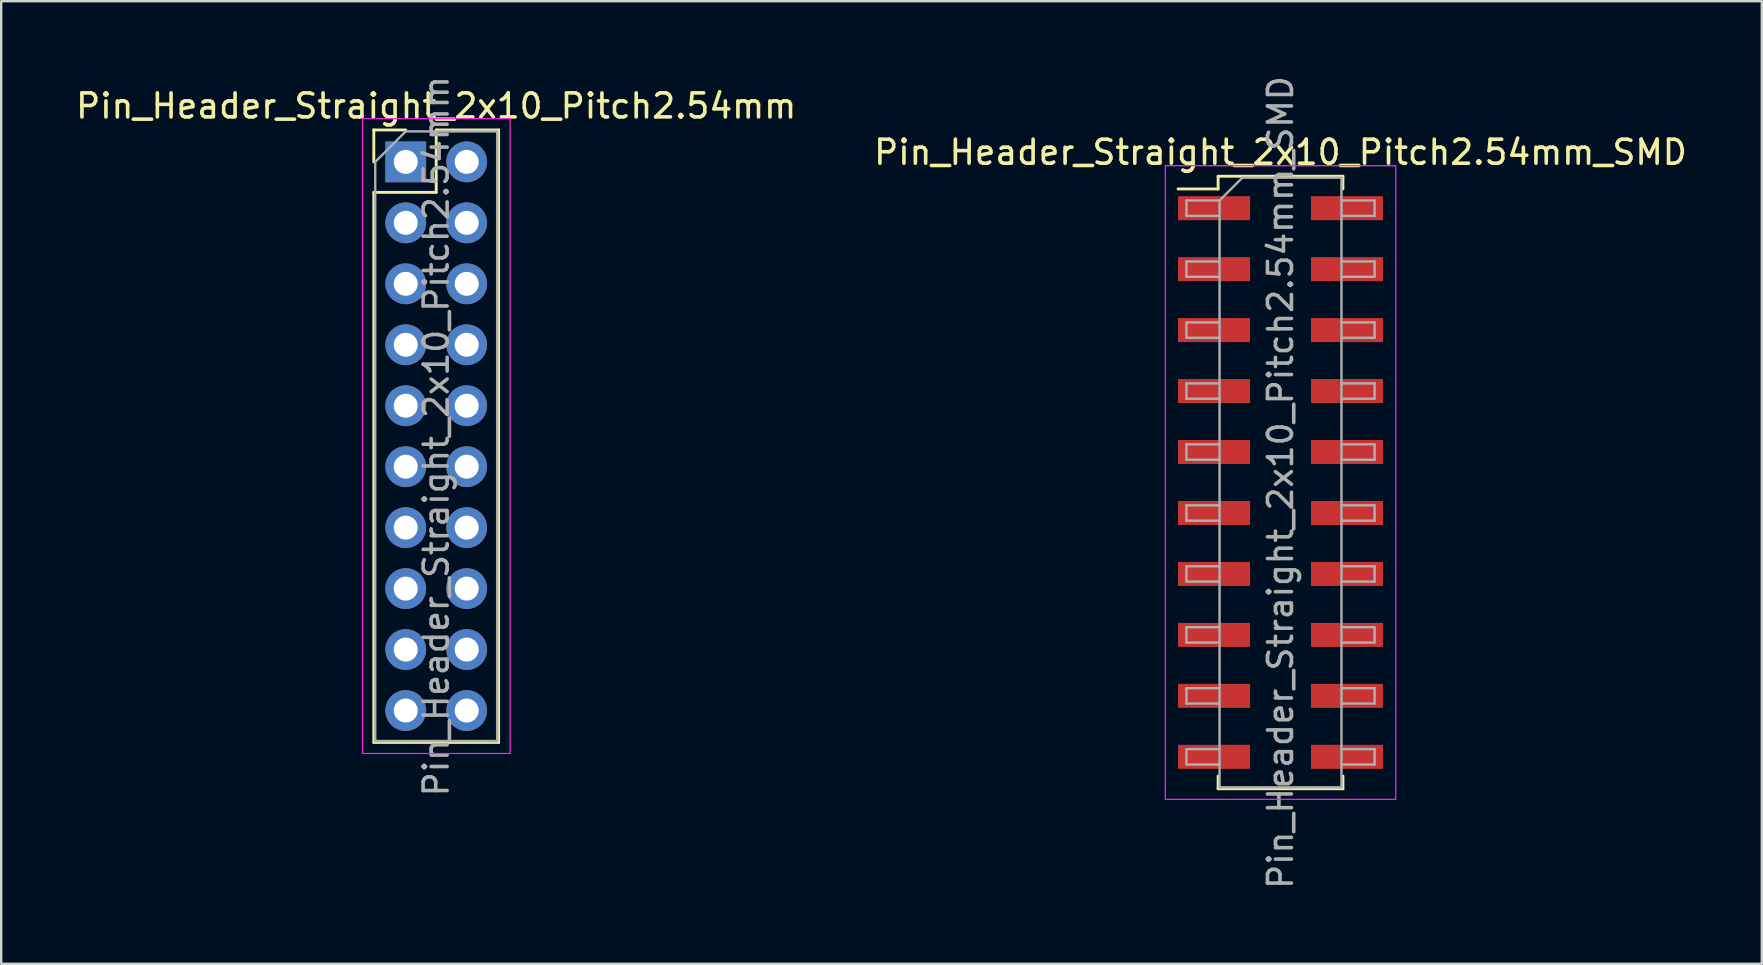
<source format=kicad_pcb>
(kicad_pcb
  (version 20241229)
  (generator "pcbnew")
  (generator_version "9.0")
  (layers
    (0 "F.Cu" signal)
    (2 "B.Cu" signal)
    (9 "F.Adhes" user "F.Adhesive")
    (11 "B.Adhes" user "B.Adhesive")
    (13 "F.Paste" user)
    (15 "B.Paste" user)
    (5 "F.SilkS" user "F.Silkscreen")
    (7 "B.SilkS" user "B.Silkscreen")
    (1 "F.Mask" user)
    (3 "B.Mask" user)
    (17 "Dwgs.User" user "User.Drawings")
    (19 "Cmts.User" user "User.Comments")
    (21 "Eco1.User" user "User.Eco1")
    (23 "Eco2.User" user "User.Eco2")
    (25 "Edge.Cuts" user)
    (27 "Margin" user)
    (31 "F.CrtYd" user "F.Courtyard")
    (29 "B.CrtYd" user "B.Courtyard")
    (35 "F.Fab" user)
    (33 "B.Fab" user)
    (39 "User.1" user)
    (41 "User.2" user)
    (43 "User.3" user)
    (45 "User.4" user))
  (footprint "Pin_Header_Straight_2x10_Pitch2.54mm_SMD"
    (layer "F.Cu")
    (at 50.304 17.054)
    (property "Reference" "Pin_Header_Straight_2x10_Pitch2.54mm_SMD" (at 0 -13.76 0) (layer "F.SilkS") (effects (font (size 1 1) (thickness 0.15))))
    (attr smd)
    (fp_line (start -4.27 -12.23) (end -2.6 -12.23) (stroke (width 0.12) (type solid)) (layer "F.SilkS"))
    (fp_line (start -2.6 -12.76) (end 2.6 -12.76) (stroke (width 0.12) (type solid)) (layer "F.SilkS"))
    (fp_line (start -2.6 -12.23) (end -2.6 -12.76) (stroke (width 0.12) (type solid)) (layer "F.SilkS"))
    (fp_line (start -2.6 12.23) (end -2.6 12.76) (stroke (width 0.12) (type solid)) (layer "F.SilkS"))
    (fp_line (start -2.6 12.76) (end 2.6 12.76) (stroke (width 0.12) (type solid)) (layer "F.SilkS"))
    (fp_line (start 2.6 -12.76) (end 2.6 -12.23) (stroke (width 0.12) (type solid)) (layer "F.SilkS"))
    (fp_line (start 2.6 12.76) (end 2.6 12.23) (stroke (width 0.12) (type solid)) (layer "F.SilkS"))
    (fp_line (start -4.8 -13.2) (end -4.8 13.2) (stroke (width 0.05) (type solid)) (layer "F.CrtYd"))
    (fp_line (start -4.8 13.2) (end 4.8 13.2) (stroke (width 0.05) (type solid)) (layer "F.CrtYd"))
    (fp_line (start 4.8 -13.2) (end -4.8 -13.2) (stroke (width 0.05) (type solid)) (layer "F.CrtYd"))
    (fp_line (start 4.8 13.2) (end 4.8 -13.2) (stroke (width 0.05) (type solid)) (layer "F.CrtYd"))
    (fp_line (start -3.92 -11.75) (end -3.92 -11.11) (stroke (width 0.1) (type solid)) (layer "F.Fab"))
    (fp_line (start -3.92 -11.11) (end -2.54 -11.11) (stroke (width 0.1) (type solid)) (layer "F.Fab"))
    (fp_line (start -3.92 -9.21) (end -3.92 -8.57) (stroke (width 0.1) (type solid)) (layer "F.Fab"))
    (fp_line (start -3.92 -8.57) (end -2.54 -8.57) (stroke (width 0.1) (type solid)) (layer "F.Fab"))
    (fp_line (start -3.92 -6.67) (end -3.92 -6.03) (stroke (width 0.1) (type solid)) (layer "F.Fab"))
    (fp_line (start -3.92 -6.03) (end -2.54 -6.03) (stroke (width 0.1) (type solid)) (layer "F.Fab"))
    (fp_line (start -3.92 -4.13) (end -3.92 -3.49) (stroke (width 0.1) (type solid)) (layer "F.Fab"))
    (fp_line (start -3.92 -3.49) (end -2.54 -3.49) (stroke (width 0.1) (type solid)) (layer "F.Fab"))
    (fp_line (start -3.92 -1.59) (end -3.92 -0.95) (stroke (width 0.1) (type solid)) (layer "F.Fab"))
    (fp_line (start -3.92 -0.95) (end -2.54 -0.95) (stroke (width 0.1) (type solid)) (layer "F.Fab"))
    (fp_line (start -3.92 0.95) (end -3.92 1.59) (stroke (width 0.1) (type solid)) (layer "F.Fab"))
    (fp_line (start -3.92 1.59) (end -2.54 1.59) (stroke (width 0.1) (type solid)) (layer "F.Fab"))
    (fp_line (start -3.92 3.49) (end -3.92 4.13) (stroke (width 0.1) (type solid)) (layer "F.Fab"))
    (fp_line (start -3.92 4.13) (end -2.54 4.13) (stroke (width 0.1) (type solid)) (layer "F.Fab"))
    (fp_line (start -3.92 6.03) (end -3.92 6.67) (stroke (width 0.1) (type solid)) (layer "F.Fab"))
    (fp_line (start -3.92 6.67) (end -2.54 6.67) (stroke (width 0.1) (type solid)) (layer "F.Fab"))
    (fp_line (start -3.92 8.57) (end -3.92 9.21) (stroke (width 0.1) (type solid)) (layer "F.Fab"))
    (fp_line (start -3.92 9.21) (end -2.54 9.21) (stroke (width 0.1) (type solid)) (layer "F.Fab"))
    (fp_line (start -3.92 11.11) (end -3.92 11.75) (stroke (width 0.1) (type solid)) (layer "F.Fab"))
    (fp_line (start -3.92 11.75) (end -2.54 11.75) (stroke (width 0.1) (type solid)) (layer "F.Fab"))
    (fp_line (start -2.54 -11.75) (end -3.92 -11.75) (stroke (width 0.1) (type solid)) (layer "F.Fab"))
    (fp_line (start -2.54 -11.75) (end -1.59 -12.7) (stroke (width 0.1) (type solid)) (layer "F.Fab"))
    (fp_line (start -2.54 -9.21) (end -3.92 -9.21) (stroke (width 0.1) (type solid)) (layer "F.Fab"))
    (fp_line (start -2.54 -6.67) (end -3.92 -6.67) (stroke (width 0.1) (type solid)) (layer "F.Fab"))
    (fp_line (start -2.54 -4.13) (end -3.92 -4.13) (stroke (width 0.1) (type solid)) (layer "F.Fab"))
    (fp_line (start -2.54 -1.59) (end -3.92 -1.59) (stroke (width 0.1) (type solid)) (layer "F.Fab"))
    (fp_line (start -2.54 0.95) (end -3.92 0.95) (stroke (width 0.1) (type solid)) (layer "F.Fab"))
    (fp_line (start -2.54 3.49) (end -3.92 3.49) (stroke (width 0.1) (type solid)) (layer "F.Fab"))
    (fp_line (start -2.54 6.03) (end -3.92 6.03) (stroke (width 0.1) (type solid)) (layer "F.Fab"))
    (fp_line (start -2.54 8.57) (end -3.92 8.57) (stroke (width 0.1) (type solid)) (layer "F.Fab"))
    (fp_line (start -2.54 11.11) (end -3.92 11.11) (stroke (width 0.1) (type solid)) (layer "F.Fab"))
    (fp_line (start -2.54 12.7) (end -2.54 -11.75) (stroke (width 0.1) (type solid)) (layer "F.Fab"))
    (fp_line (start -1.59 -12.7) (end 2.54 -12.7) (stroke (width 0.1) (type solid)) (layer "F.Fab"))
    (fp_line (start 2.54 -12.7) (end 2.54 12.7) (stroke (width 0.1) (type solid)) (layer "F.Fab"))
    (fp_line (start 2.54 -11.75) (end 3.92 -11.75) (stroke (width 0.1) (type solid)) (layer "F.Fab"))
    (fp_line (start 2.54 -9.21) (end 3.92 -9.21) (stroke (width 0.1) (type solid)) (layer "F.Fab"))
    (fp_line (start 2.54 -6.67) (end 3.92 -6.67) (stroke (width 0.1) (type solid)) (layer "F.Fab"))
    (fp_line (start 2.54 -4.13) (end 3.92 -4.13) (stroke (width 0.1) (type solid)) (layer "F.Fab"))
    (fp_line (start 2.54 -1.59) (end 3.92 -1.59) (stroke (width 0.1) (type solid)) (layer "F.Fab"))
    (fp_line (start 2.54 0.95) (end 3.92 0.95) (stroke (width 0.1) (type solid)) (layer "F.Fab"))
    (fp_line (start 2.54 3.49) (end 3.92 3.49) (stroke (width 0.1) (type solid)) (layer "F.Fab"))
    (fp_line (start 2.54 6.03) (end 3.92 6.03) (stroke (width 0.1) (type solid)) (layer "F.Fab"))
    (fp_line (start 2.54 8.57) (end 3.92 8.57) (stroke (width 0.1) (type solid)) (layer "F.Fab"))
    (fp_line (start 2.54 11.11) (end 3.92 11.11) (stroke (width 0.1) (type solid)) (layer "F.Fab"))
    (fp_line (start 2.54 12.7) (end -2.54 12.7) (stroke (width 0.1) (type solid)) (layer "F.Fab"))
    (fp_line (start 3.92 -11.75) (end 3.92 -11.11) (stroke (width 0.1) (type solid)) (layer "F.Fab"))
    (fp_line (start 3.92 -11.11) (end 2.54 -11.11) (stroke (width 0.1) (type solid)) (layer "F.Fab"))
    (fp_line (start 3.92 -9.21) (end 3.92 -8.57) (stroke (width 0.1) (type solid)) (layer "F.Fab"))
    (fp_line (start 3.92 -8.57) (end 2.54 -8.57) (stroke (width 0.1) (type solid)) (layer "F.Fab"))
    (fp_line (start 3.92 -6.67) (end 3.92 -6.03) (stroke (width 0.1) (type solid)) (layer "F.Fab"))
    (fp_line (start 3.92 -6.03) (end 2.54 -6.03) (stroke (width 0.1) (type solid)) (layer "F.Fab"))
    (fp_line (start 3.92 -4.13) (end 3.92 -3.49) (stroke (width 0.1) (type solid)) (layer "F.Fab"))
    (fp_line (start 3.92 -3.49) (end 2.54 -3.49) (stroke (width 0.1) (type solid)) (layer "F.Fab"))
    (fp_line (start 3.92 -1.59) (end 3.92 -0.95) (stroke (width 0.1) (type solid)) (layer "F.Fab"))
    (fp_line (start 3.92 -0.95) (end 2.54 -0.95) (stroke (width 0.1) (type solid)) (layer "F.Fab"))
    (fp_line (start 3.92 0.95) (end 3.92 1.59) (stroke (width 0.1) (type solid)) (layer "F.Fab"))
    (fp_line (start 3.92 1.59) (end 2.54 1.59) (stroke (width 0.1) (type solid)) (layer "F.Fab"))
    (fp_line (start 3.92 3.49) (end 3.92 4.13) (stroke (width 0.1) (type solid)) (layer "F.Fab"))
    (fp_line (start 3.92 4.13) (end 2.54 4.13) (stroke (width 0.1) (type solid)) (layer "F.Fab"))
    (fp_line (start 3.92 6.03) (end 3.92 6.67) (stroke (width 0.1) (type solid)) (layer "F.Fab"))
    (fp_line (start 3.92 6.67) (end 2.54 6.67) (stroke (width 0.1) (type solid)) (layer "F.Fab"))
    (fp_line (start 3.92 8.57) (end 3.92 9.21) (stroke (width 0.1) (type solid)) (layer "F.Fab"))
    (fp_line (start 3.92 9.21) (end 2.54 9.21) (stroke (width 0.1) (type solid)) (layer "F.Fab"))
    (fp_line (start 3.92 11.11) (end 3.92 11.75) (stroke (width 0.1) (type solid)) (layer "F.Fab"))
    (fp_line (start 3.92 11.75) (end 2.54 11.75) (stroke (width 0.1) (type solid)) (layer "F.Fab"))
    (fp_text user "${REFERENCE}" (at 0 0 90) (layer "F.Fab") (effects (font (size 1 1) (thickness 0.15))))
    (pad "1" smd rect (at -2.77 -11.43) (size 3 1) (layers "F.Cu" "F.Mask" "F.Paste"))
    (pad "2" smd rect (at 2.77 -11.43) (size 3 1) (layers "F.Cu" "F.Mask" "F.Paste"))
    (pad "3" smd rect (at -2.77 -8.89) (size 3 1) (layers "F.Cu" "F.Mask" "F.Paste"))
    (pad "4" smd rect (at 2.77 -8.89) (size 3 1) (layers "F.Cu" "F.Mask" "F.Paste"))
    (pad "5" smd rect (at -2.77 -6.35) (size 3 1) (layers "F.Cu" "F.Mask" "F.Paste"))
    (pad "6" smd rect (at 2.77 -6.35) (size 3 1) (layers "F.Cu" "F.Mask" "F.Paste"))
    (pad "7" smd rect (at -2.77 -3.81) (size 3 1) (layers "F.Cu" "F.Mask" "F.Paste"))
    (pad "8" smd rect (at 2.77 -3.81) (size 3 1) (layers "F.Cu" "F.Mask" "F.Paste"))
    (pad "9" smd rect (at -2.77 -1.27) (size 3 1) (layers "F.Cu" "F.Mask" "F.Paste"))
    (pad "10" smd rect (at 2.77 -1.27) (size 3 1) (layers "F.Cu" "F.Mask" "F.Paste"))
    (pad "11" smd rect (at -2.77 1.27) (size 3 1) (layers "F.Cu" "F.Mask" "F.Paste"))
    (pad "12" smd rect (at 2.77 1.27) (size 3 1) (layers "F.Cu" "F.Mask" "F.Paste"))
    (pad "13" smd rect (at -2.77 3.81) (size 3 1) (layers "F.Cu" "F.Mask" "F.Paste"))
    (pad "14" smd rect (at 2.77 3.81) (size 3 1) (layers "F.Cu" "F.Mask" "F.Paste"))
    (pad "15" smd rect (at -2.77 6.35) (size 3 1) (layers "F.Cu" "F.Mask" "F.Paste"))
    (pad "16" smd rect (at 2.77 6.35) (size 3 1) (layers "F.Cu" "F.Mask" "F.Paste"))
    (pad "17" smd rect (at -2.77 8.89) (size 3 1) (layers "F.Cu" "F.Mask" "F.Paste"))
    (pad "18" smd rect (at 2.77 8.89) (size 3 1) (layers "F.Cu" "F.Mask" "F.Paste"))
    (pad "19" smd rect (at -2.77 11.43) (size 3 1) (layers "F.Cu" "F.Mask" "F.Paste"))
    (pad "20" smd rect (at 2.77 11.43) (size 3 1) (layers "F.Cu" "F.Mask" "F.Paste")))
  (footprint "Pin_Header_Straight_2x10_Pitch2.54mm"
    (layer "F.Cu")
    (at 13.855 3.695)
    (property "Reference" "Pin_Header_Straight_2x10_Pitch2.54mm" (at 1.27 -2.33 0) (layer "F.SilkS") (effects (font (size 1 1) (thickness 0.15))))
    (attr through_hole)
    (fp_line (start -1.33 -1.33) (end 0 -1.33) (stroke (width 0.12) (type solid)) (layer "F.SilkS"))
    (fp_line (start -1.33 0) (end -1.33 -1.33) (stroke (width 0.12) (type solid)) (layer "F.SilkS"))
    (fp_line (start -1.33 1.27) (end -1.33 24.19) (stroke (width 0.12) (type solid)) (layer "F.SilkS"))
    (fp_line (start -1.33 24.19) (end 3.87 24.19) (stroke (width 0.12) (type solid)) (layer "F.SilkS"))
    (fp_line (start 1.27 -1.33) (end 1.27 1.27) (stroke (width 0.12) (type solid)) (layer "F.SilkS"))
    (fp_line (start 1.27 1.27) (end -1.33 1.27) (stroke (width 0.12) (type solid)) (layer "F.SilkS"))
    (fp_line (start 3.87 -1.33) (end 1.27 -1.33) (stroke (width 0.12) (type solid)) (layer "F.SilkS"))
    (fp_line (start 3.87 24.19) (end 3.87 -1.33) (stroke (width 0.12) (type solid)) (layer "F.SilkS"))
    (fp_line (start -1.8 -1.8) (end -1.8 24.65) (stroke (width 0.05) (type solid)) (layer "F.CrtYd"))
    (fp_line (start -1.8 24.65) (end 4.35 24.65) (stroke (width 0.05) (type solid)) (layer "F.CrtYd"))
    (fp_line (start 4.35 -1.8) (end -1.8 -1.8) (stroke (width 0.05) (type solid)) (layer "F.CrtYd"))
    (fp_line (start 4.35 24.65) (end 4.35 -1.8) (stroke (width 0.05) (type solid)) (layer "F.CrtYd"))
    (fp_line (start -1.27 0) (end 0 -1.27) (stroke (width 0.1) (type solid)) (layer "F.Fab"))
    (fp_line (start -1.27 24.13) (end -1.27 0) (stroke (width 0.1) (type solid)) (layer "F.Fab"))
    (fp_line (start 0 -1.27) (end 3.81 -1.27) (stroke (width 0.1) (type solid)) (layer "F.Fab"))
    (fp_line (start 3.81 -1.27) (end 3.81 24.13) (stroke (width 0.1) (type solid)) (layer "F.Fab"))
    (fp_line (start 3.81 24.13) (end -1.27 24.13) (stroke (width 0.1) (type solid)) (layer "F.Fab"))
    (fp_text user "${REFERENCE}" (at 1.27 11.43 90) (layer "F.Fab") (effects (font (size 1 1) (thickness 0.15))))
    (pad "1" thru_hole rect (at 0 0) (size 1.7 1.7) (drill 1) (layers "*.Cu" "*.Mask"))
    (pad "2" thru_hole oval (at 2.54 0) (size 1.7 1.7) (drill 1) (layers "*.Cu" "*.Mask"))
    (pad "3" thru_hole oval (at 0 2.54) (size 1.7 1.7) (drill 1) (layers "*.Cu" "*.Mask"))
    (pad "4" thru_hole oval (at 2.54 2.54) (size 1.7 1.7) (drill 1) (layers "*.Cu" "*.Mask"))
    (pad "5" thru_hole oval (at 0 5.08) (size 1.7 1.7) (drill 1) (layers "*.Cu" "*.Mask"))
    (pad "6" thru_hole oval (at 2.54 5.08) (size 1.7 1.7) (drill 1) (layers "*.Cu" "*.Mask"))
    (pad "7" thru_hole oval (at 0 7.62) (size 1.7 1.7) (drill 1) (layers "*.Cu" "*.Mask"))
    (pad "8" thru_hole oval (at 2.54 7.62) (size 1.7 1.7) (drill 1) (layers "*.Cu" "*.Mask"))
    (pad "9" thru_hole oval (at 0 10.16) (size 1.7 1.7) (drill 1) (layers "*.Cu" "*.Mask"))
    (pad "10" thru_hole oval (at 2.54 10.16) (size 1.7 1.7) (drill 1) (layers "*.Cu" "*.Mask"))
    (pad "11" thru_hole oval (at 0 12.7) (size 1.7 1.7) (drill 1) (layers "*.Cu" "*.Mask"))
    (pad "12" thru_hole oval (at 2.54 12.7) (size 1.7 1.7) (drill 1) (layers "*.Cu" "*.Mask"))
    (pad "13" thru_hole oval (at 0 15.24) (size 1.7 1.7) (drill 1) (layers "*.Cu" "*.Mask"))
    (pad "14" thru_hole oval (at 2.54 15.24) (size 1.7 1.7) (drill 1) (layers "*.Cu" "*.Mask"))
    (pad "15" thru_hole oval (at 0 17.78) (size 1.7 1.7) (drill 1) (layers "*.Cu" "*.Mask"))
    (pad "16" thru_hole oval (at 2.54 17.78) (size 1.7 1.7) (drill 1) (layers "*.Cu" "*.Mask"))
    (pad "17" thru_hole oval (at 0 20.32) (size 1.7 1.7) (drill 1) (layers "*.Cu" "*.Mask"))
    (pad "18" thru_hole oval (at 2.54 20.32) (size 1.7 1.7) (drill 1) (layers "*.Cu" "*.Mask"))
    (pad "19" thru_hole oval (at 0 22.86) (size 1.7 1.7) (drill 1) (layers "*.Cu" "*.Mask"))
    (pad "20" thru_hole oval (at 2.54 22.86) (size 1.7 1.7) (drill 1) (layers "*.Cu" "*.Mask")))
  (gr_rect
    (start -3 -3)
    (end 70.357 37.107)
    (stroke (width 0.1) (type default))
    (fill no)
    (layer "Edge.Cuts")))
</source>
